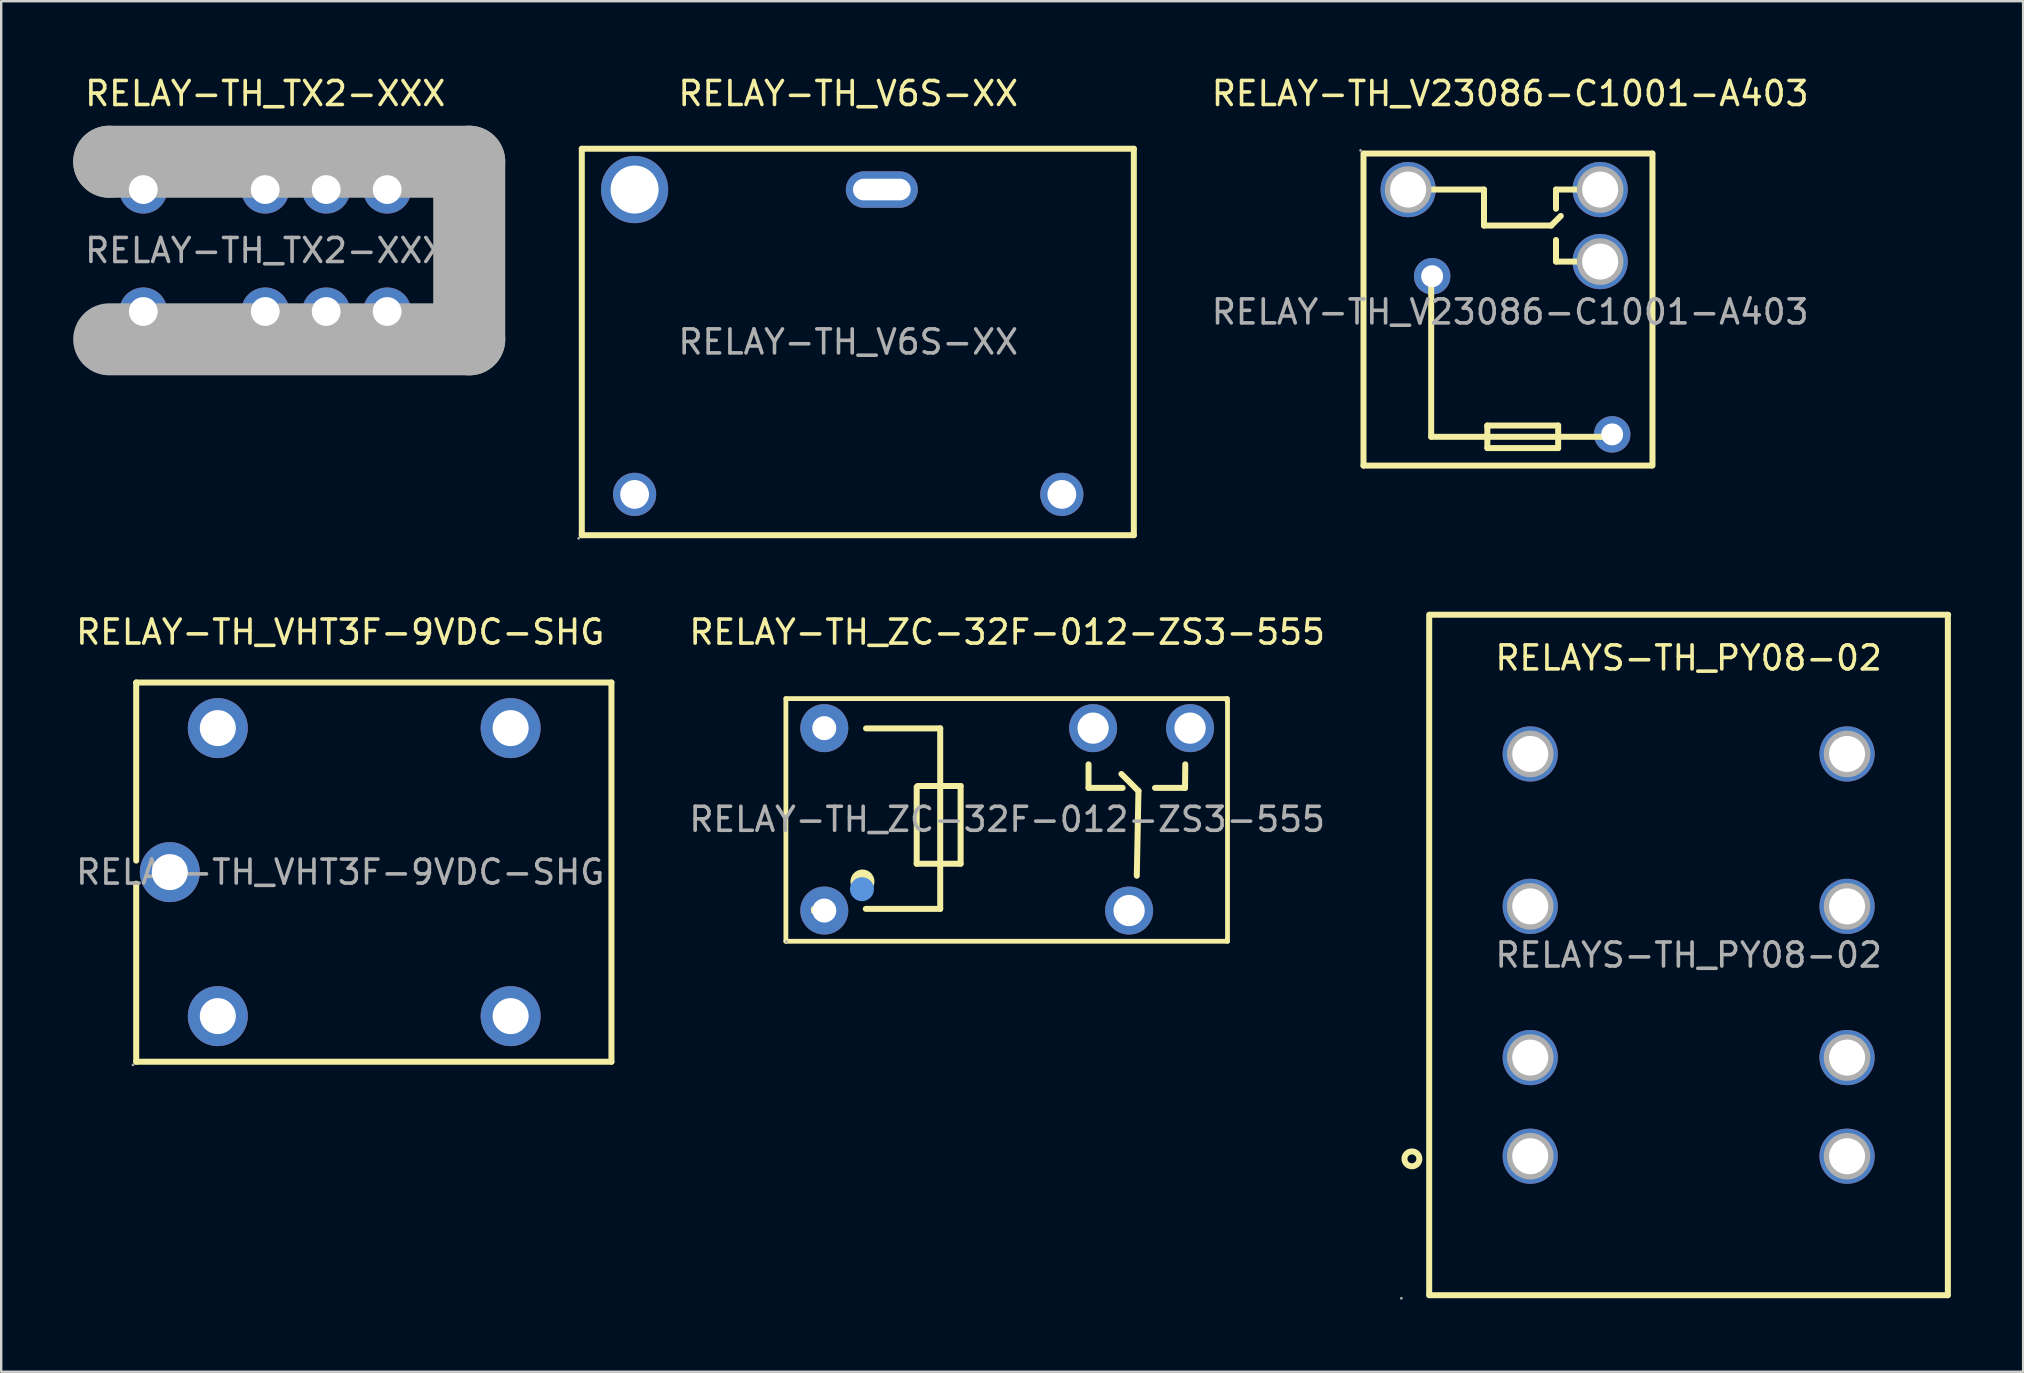
<source format=kicad_pcb>
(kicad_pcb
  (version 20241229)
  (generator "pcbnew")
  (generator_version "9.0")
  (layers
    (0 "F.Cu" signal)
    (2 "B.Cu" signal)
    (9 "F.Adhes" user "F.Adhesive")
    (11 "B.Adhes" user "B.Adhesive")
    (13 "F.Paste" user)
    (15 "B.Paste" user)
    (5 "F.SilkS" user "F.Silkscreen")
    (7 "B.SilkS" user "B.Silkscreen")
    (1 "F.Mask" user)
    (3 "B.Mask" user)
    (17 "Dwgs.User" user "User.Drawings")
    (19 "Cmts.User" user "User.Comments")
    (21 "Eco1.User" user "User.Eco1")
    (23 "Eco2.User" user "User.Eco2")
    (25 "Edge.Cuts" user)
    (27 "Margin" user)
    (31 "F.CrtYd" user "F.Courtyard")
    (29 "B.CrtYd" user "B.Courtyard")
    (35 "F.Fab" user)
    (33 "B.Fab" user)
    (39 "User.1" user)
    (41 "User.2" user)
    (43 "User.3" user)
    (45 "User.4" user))
  (footprint "RELAY-TH_V6S-XX"
    (layer "F.Cu")
    (at 32.29 11.198)
    (property "Reference" "RELAY-TH_V6S-XX" (at 0 -10.35 0) (layer "F.SilkS") (effects (font (size 1 1) (thickness 0.15))))
    (attr through_hole)
    (fp_line (start -11.1 8.05) (end -11.1 -8.05) (stroke (width 0.25) (type solid)) (layer "F.SilkS"))
    (fp_line (start -11.1 8.05) (end 11.9 8.05) (stroke (width 0.25) (type solid)) (layer "F.SilkS"))
    (fp_line (start 11.9 -8.05) (end -11.1 -8.05) (stroke (width 0.25) (type solid)) (layer "F.SilkS"))
    (fp_line (start 11.9 -8.05) (end 11.9 8.05) (stroke (width 0.25) (type solid)) (layer "F.SilkS"))
    (fp_circle (center -11.23 8.18) (end -11.2 8.18) (stroke (width 0.06) (type solid)) (fill no) (layer "F.Fab"))
    (fp_circle (center -8.9 -6.35) (end -8.45 -6.35) (stroke (width 0.9) (type solid)) (fill no) (layer "F.Fab"))
    (fp_circle (center -8.9 6.35) (end -8.65 6.35) (stroke (width 0.5) (type solid)) (fill no) (layer "F.Fab"))
    (fp_circle (center 8.9 6.35) (end 9.15 6.35) (stroke (width 0.5) (type solid)) (fill no) (layer "F.Fab"))
    (fp_text user "${REFERENCE}" (at 0 0 0) (layer "F.Fab") (effects (font (size 1 1) (thickness 0.15))))
    (pad "1" thru_hole circle (at -8.9 6.35) (size 1.8 1.8) (drill 1.2) (layers "*.Cu" "*.Paste" "*.Mask"))
    (pad "3" thru_hole circle (at 8.9 6.35) (size 1.8 1.8) (drill 1.2) (layers "*.Cu" "*.Paste" "*.Mask"))
    (pad "5" thru_hole oval (at 1.4 -6.35 90) (size 1.52 3) (drill oval 0.9 2.4) (layers "*.Cu" "*.Paste" "*.Mask"))
    (pad "6" thru_hole circle (at -8.9 -6.35) (size 2.8 2.8) (drill 2) (layers "*.Cu" "*.Paste" "*.Mask")))
  (footprint "RELAY-TH_ZC-32F-012-ZS3-555"
    (layer "F.Cu")
    (at 38.913 31.087)
    (property "Reference" "RELAY-TH_ZC-32F-012-ZS3-555" (at 0 -7.8 0) (layer "F.SilkS") (effects (font (size 1 1) (thickness 0.15))))
    (attr through_hole)
    (fp_line (start -9.22 -5.03) (end 9.17 -5.03) (stroke (width 0.2) (type solid)) (layer "F.SilkS"))
    (fp_line (start -9.22 5.08) (end -9.22 -5.03) (stroke (width 0.2) (type solid)) (layer "F.SilkS"))
    (fp_line (start -8.05 3.73) (end -8.05 3.83) (stroke (width 0.25) (type solid)) (layer "F.SilkS"))
    (fp_line (start -5.88 -3.79) (end -2.79 -3.79) (stroke (width 0.25) (type solid)) (layer "F.SilkS"))
    (fp_line (start -3.77 1.85) (end -3.77 -1.35) (stroke (width 0.25) (type solid)) (layer "F.SilkS"))
    (fp_line (start -3.73 -1.39) (end -1.94 -1.39) (stroke (width 0.25) (type solid)) (layer "F.SilkS"))
    (fp_line (start -2.79 -3.79) (end -2.79 3.73) (stroke (width 0.25) (type solid)) (layer "F.SilkS"))
    (fp_line (start -2.79 3.73) (end -5.89 3.73) (stroke (width 0.25) (type solid)) (layer "F.SilkS"))
    (fp_line (start -1.94 -1.39) (end -1.94 1.85) (stroke (width 0.25) (type solid)) (layer "F.SilkS"))
    (fp_line (start -1.94 1.85) (end -3.77 1.85) (stroke (width 0.25) (type solid)) (layer "F.SilkS"))
    (fp_line (start 3.39 -2.29) (end 3.39 -1.31) (stroke (width 0.25) (type solid)) (layer "F.SilkS"))
    (fp_line (start 3.39 -1.31) (end 4.81 -1.31) (stroke (width 0.25) (type solid)) (layer "F.SilkS"))
    (fp_line (start 5.4 2.35) (end 5.47 -1.18) (stroke (width 0.25) (type solid)) (layer "F.SilkS"))
    (fp_line (start 5.47 -1.18) (end 4.76 -1.89) (stroke (width 0.25) (type solid)) (layer "F.SilkS"))
    (fp_line (start 7.41 -1.31) (end 6.16 -1.31) (stroke (width 0.25) (type solid)) (layer "F.SilkS"))
    (fp_line (start 7.42 -2.29) (end 7.41 -1.31) (stroke (width 0.25) (type solid)) (layer "F.SilkS"))
    (fp_line (start 9.17 -5.03) (end 9.17 -4.92) (stroke (width 0.2) (type solid)) (layer "F.SilkS"))
    (fp_line (start 9.17 -4.92) (end 9.17 -4.91) (stroke (width 0.2) (type solid)) (layer "F.SilkS"))
    (fp_line (start 9.18 -4.92) (end 9.18 5.08) (stroke (width 0.2) (type solid)) (layer "F.SilkS"))
    (fp_line (start 9.18 5.08) (end -9.22 5.08) (stroke (width 0.2) (type solid)) (layer "F.SilkS"))
    (fp_circle (center -6.03 2.59) (end -5.78 2.59) (stroke (width 0.5) (type solid)) (fill no) (layer "F.SilkS"))
    (fp_circle (center -6.05 2.91) (end -5.8 2.91) (stroke (width 0.5) (type solid)) (fill no) (layer "Cmts.User"))
    (fp_circle (center -9.2 5.1) (end -9.17 5.1) (stroke (width 0.06) (type solid)) (fill no) (layer "F.Fab"))
    (fp_text user "${REFERENCE}" (at 0 0 0) (layer "F.Fab") (effects (font (size 1 1) (thickness 0.15))))
    (pad "1" thru_hole circle (at -7.62 3.8) (size 2 2) (drill 1) (layers "*.Cu" "*.Paste" "*.Mask"))
    (pad "2" thru_hole circle (at -7.62 -3.8) (size 2 2) (drill 1) (layers "*.Cu" "*.Paste" "*.Mask"))
    (pad "3" thru_hole circle (at 7.62 -3.8) (size 2 2) (drill 1.3) (layers "*.Cu" "*.Paste" "*.Mask"))
    (pad "4" thru_hole circle (at 5.08 3.8) (size 2 2) (drill 1.3) (layers "*.Cu" "*.Paste" "*.Mask"))
    (pad "5" thru_hole circle (at 3.58 -3.8) (size 2 2) (drill 1.3) (layers "*.Cu" "*.Paste" "*.Mask")))
  (footprint "RELAY-TH_V23086-C1001-A403"
    (layer "F.Cu")
    (at 59.869 9.948)
    (property "Reference" "RELAY-TH_V23086-C1001-A403" (at 0 -9.1 0) (layer "F.SilkS") (effects (font (size 1 1) (thickness 0.15))))
    (attr through_hole)
    (fp_line (start -6.11 6.4) (end -6.11 -6.6) (stroke (width 0.25) (type solid)) (layer "F.SilkS"))
    (fp_line (start -6.08 -6.6) (end 5.92 -6.6) (stroke (width 0.25) (type solid)) (layer "F.SilkS"))
    (fp_line (start -4.09 -5.1) (end -1.09 -5.1) (stroke (width 0.25) (type solid)) (layer "F.SilkS"))
    (fp_line (start -3.29 5.2) (end -3.29 -1.4) (stroke (width 0.25) (type solid)) (layer "F.SilkS"))
    (fp_line (start -1.09 -5.1) (end -1.09 -3.6) (stroke (width 0.25) (type solid)) (layer "F.SilkS"))
    (fp_line (start -1.09 -3.6) (end 1.71 -3.6) (stroke (width 0.25) (type solid)) (layer "F.SilkS"))
    (fp_line (start -0.95 4.73) (end -0.95 4.78) (stroke (width 0.25) (type solid)) (layer "F.SilkS"))
    (fp_line (start -0.95 4.78) (end -0.95 5.67) (stroke (width 0.25) (type solid)) (layer "F.SilkS"))
    (fp_line (start -0.95 5.67) (end 2 5.67) (stroke (width 0.25) (type solid)) (layer "F.SilkS"))
    (fp_line (start 1.71 -3.6) (end 2.11 -4) (stroke (width 0.25) (type solid)) (layer "F.SilkS"))
    (fp_line (start 1.91 -5.1) (end 1.91 -4.3) (stroke (width 0.25) (type solid)) (layer "F.SilkS"))
    (fp_line (start 1.91 -2.1) (end 1.91 -3) (stroke (width 0.25) (type solid)) (layer "F.SilkS"))
    (fp_line (start 2 4.73) (end -0.95 4.73) (stroke (width 0.25) (type solid)) (layer "F.SilkS"))
    (fp_line (start 2 5.67) (end 2 4.73) (stroke (width 0.25) (type solid)) (layer "F.SilkS"))
    (fp_line (start 3.31 -5.1) (end 1.91 -5.1) (stroke (width 0.25) (type solid)) (layer "F.SilkS"))
    (fp_line (start 3.41 -2.1) (end 1.91 -2.1) (stroke (width 0.25) (type solid)) (layer "F.SilkS"))
    (fp_line (start 3.81 5.2) (end -3.29 5.2) (stroke (width 0.25) (type solid)) (layer "F.SilkS"))
    (fp_line (start 3.81 5.2) (end 3.81 5.2) (stroke (width 0.25) (type solid)) (layer "F.SilkS"))
    (fp_line (start 5.89 6.4) (end -6.11 6.4) (stroke (width 0.25) (type solid)) (layer "F.SilkS"))
    (fp_line (start 5.93 -6.6) (end 5.93 6.4) (stroke (width 0.25) (type solid)) (layer "F.SilkS"))
    (fp_circle (center -6.23 -6.73) (end -6.2 -6.73) (stroke (width 0.06) (type solid)) (fill no) (layer "F.Fab"))
    (fp_circle (center -4.25 -5.1) (end -3.93 -5.1) (stroke (width 0.65) (type solid)) (fill no) (layer "F.Fab"))
    (fp_circle (center -3.25 -1.49) (end -3.07 -1.49) (stroke (width 0.36) (type solid)) (fill no) (layer "F.Fab"))
    (fp_circle (center 3.75 -5.1) (end 4.07 -5.1) (stroke (width 0.65) (type solid)) (fill no) (layer "F.Fab"))
    (fp_circle (center 3.75 -2.1) (end 4.07 -2.1) (stroke (width 0.65) (type solid)) (fill no) (layer "F.Fab"))
    (fp_circle (center 4.25 5.1) (end 4.43 5.1) (stroke (width 0.36) (type solid)) (fill no) (layer "F.Fab"))
    (fp_text user "${REFERENCE}" (at 0 0 0) (layer "F.Fab") (effects (font (size 1 1) (thickness 0.15))))
    (pad "1" thru_hole circle (at -3.25 -1.49) (size 1.52 1.52) (drill 0.914) (layers "*.Cu" "*.Paste" "*.Mask"))
    (pad "2" thru_hole circle (at 4.25 5.1) (size 1.52 1.52) (drill 0.914) (layers "*.Cu" "*.Paste" "*.Mask"))
    (pad "3" thru_hole circle (at 3.75 -5.1) (size 2.3 2.3) (drill 1.5) (layers "*.Cu" "*.Paste" "*.Mask"))
    (pad "4" thru_hole circle (at -4.25 -5.1) (size 2.3 2.3) (drill 1.5) (layers "*.Cu" "*.Paste" "*.Mask"))
    (pad "5" thru_hole circle (at 3.75 -2.1) (size 2.3 2.3) (drill 1.5) (layers "*.Cu" "*.Paste" "*.Mask")))
  (footprint "RELAY-TH_VHT3F-9VDC-SHG"
    (layer "F.Cu")
    (at 11.125 33.286)
    (property "Reference" "RELAY-TH_VHT3F-9VDC-SHG" (at 0 -10 0) (layer "F.SilkS") (effects (font (size 1 1) (thickness 0.15))))
    (attr through_hole)
    (fp_line (start -8.5 -7.9) (end -8.5 -0.48) (stroke (width 0.25) (type solid)) (layer "F.SilkS"))
    (fp_line (start -8.5 -7.9) (end 11.3 -7.9) (stroke (width 0.25) (type solid)) (layer "F.SilkS"))
    (fp_line (start -8.5 0.48) (end -8.5 7.9) (stroke (width 0.25) (type solid)) (layer "F.SilkS"))
    (fp_line (start -8.5 7.9) (end 11.3 7.9) (stroke (width 0.25) (type solid)) (layer "F.SilkS"))
    (fp_line (start 11.3 -7.9) (end 11.3 7.9) (stroke (width 0.25) (type solid)) (layer "F.SilkS"))
    (fp_circle (center -8.63 8.03) (end -8.6 8.03) (stroke (width 0.06) (type solid)) (fill no) (layer "F.Fab"))
    (fp_circle (center -7.1 0) (end -6.77 0) (stroke (width 0.65) (type solid)) (fill no) (layer "F.Fab"))
    (fp_circle (center -5.1 -6) (end -4.77 -6) (stroke (width 0.65) (type solid)) (fill no) (layer "F.Fab"))
    (fp_circle (center -5.1 6) (end -4.77 6) (stroke (width 0.65) (type solid)) (fill no) (layer "F.Fab"))
    (fp_circle (center 7.1 -6) (end 7.43 -6) (stroke (width 0.65) (type solid)) (fill no) (layer "F.Fab"))
    (fp_circle (center 7.1 6) (end 7.43 6) (stroke (width 0.65) (type solid)) (fill no) (layer "F.Fab"))
    (fp_text user "${REFERENCE}" (at 0 0 0) (layer "F.Fab") (effects (font (size 1 1) (thickness 0.15))))
    (pad "1" thru_hole circle (at -7.1 0) (size 2.5 2.5) (drill 1.5) (layers "*.Cu" "*.Paste" "*.Mask"))
    (pad "2" thru_hole circle (at -5.1 6) (size 2.5 2.5) (drill 1.5) (layers "*.Cu" "*.Paste" "*.Mask"))
    (pad "3" thru_hole circle (at 7.1 6) (size 2.5 2.5) (drill 1.5) (layers "*.Cu" "*.Paste" "*.Mask"))
    (pad "4" thru_hole circle (at 7.1 -6) (size 2.5 2.5) (drill 1.5) (layers "*.Cu" "*.Paste" "*.Mask"))
    (pad "5" thru_hole circle (at -5.1 -6) (size 2.5 2.5) (drill 1.5) (layers "*.Cu" "*.Paste" "*.Mask")))
  (footprint "RELAY-TH_TX2-XXX"
    (layer "F.Cu")
    (at 8 7.388)
    (property "Reference" "RELAY-TH_TX2-XXX" (at 0 -6.54 0) (layer "F.SilkS") (effects (font (size 1 1) (thickness 0.15))))
    (attr through_hole)
    (fp_circle (center -5.1 4.4) (end -4.82 4.4) (stroke (width 0.25) (type solid)) (fill no) (layer "F.SilkS"))
    (fp_line (start -6.5 -3.7) (end -6.5 -3.7) (stroke (width 3) (type solid)) (layer "F.Fab"))
    (fp_line (start -6.5 -3.7) (end 8.5 -3.7) (stroke (width 3) (type solid)) (layer "F.Fab"))
    (fp_line (start 8.5 -3.7) (end 8.5 3.7) (stroke (width 3) (type solid)) (layer "F.Fab"))
    (fp_line (start 8.5 3.7) (end -6.5 3.7) (stroke (width 3) (type solid)) (layer "F.Fab"))
    (fp_circle (center -6.63 4.81) (end -6.6 4.81) (stroke (width 0.06) (type solid)) (fill no) (layer "F.Fab"))
    (fp_circle (center -5.08 -2.54) (end -4.83 -2.54) (stroke (width 0.5) (type solid)) (fill no) (layer "F.Fab"))
    (fp_circle (center -5.08 2.54) (end -4.83 2.54) (stroke (width 0.5) (type solid)) (fill no) (layer "F.Fab"))
    (fp_circle (center 0 -2.54) (end 0.25 -2.54) (stroke (width 0.5) (type solid)) (fill no) (layer "F.Fab"))
    (fp_circle (center 0 2.54) (end 0.25 2.54) (stroke (width 0.5) (type solid)) (fill no) (layer "F.Fab"))
    (fp_circle (center 2.54 -2.54) (end 2.79 -2.54) (stroke (width 0.5) (type solid)) (fill no) (layer "F.Fab"))
    (fp_circle (center 2.54 2.54) (end 2.79 2.54) (stroke (width 0.5) (type solid)) (fill no) (layer "F.Fab"))
    (fp_circle (center 5.08 -2.54) (end 5.33 -2.54) (stroke (width 0.5) (type solid)) (fill no) (layer "F.Fab"))
    (fp_circle (center 5.08 2.54) (end 5.33 2.54) (stroke (width 0.5) (type solid)) (fill no) (layer "F.Fab"))
    (fp_text user "${REFERENCE}" (at 0 0 0) (layer "F.Fab") (effects (font (size 1 1) (thickness 0.15))))
    (pad "1" thru_hole circle (at -5.08 2.54) (size 2 2) (drill 1.2) (layers "*.Cu" "*.Paste" "*.Mask"))
    (pad "3" thru_hole circle (at 0 2.54) (size 2 2) (drill 1.2) (layers "*.Cu" "*.Paste" "*.Mask"))
    (pad "4" thru_hole circle (at 2.54 2.54) (size 2 2) (drill 1.2) (layers "*.Cu" "*.Paste" "*.Mask"))
    (pad "5" thru_hole circle (at 5.08 2.54) (size 2 2) (drill 1.2) (layers "*.Cu" "*.Paste" "*.Mask"))
    (pad "8" thru_hole circle (at 5.08 -2.54) (size 2 2) (drill 1.2) (layers "*.Cu" "*.Paste" "*.Mask"))
    (pad "9" thru_hole circle (at 2.54 -2.54) (size 2 2) (drill 1.2) (layers "*.Cu" "*.Paste" "*.Mask"))
    (pad "10" thru_hole circle (at 0 -2.54) (size 2 2) (drill 1.2) (layers "*.Cu" "*.Paste" "*.Mask"))
    (pad "12" thru_hole circle (at -5.08 -2.54) (size 2 2) (drill 1.2) (layers "*.Cu" "*.Paste" "*.Mask")))
  (footprint "RELAYS-TH_PY08-02"
    (layer "F.Cu")
    (at 67.306 36.743)
    (property "Reference" "RELAYS-TH_PY08-02" (at 0 -12.38 0) (layer "F.SilkS") (effects (font (size 1 1) (thickness 0.15))))
    (attr through_hole)
    (fp_line (start -10.81 14.17) (end -10.81 -14.18) (stroke (width 0.25) (type solid)) (layer "F.SilkS"))
    (fp_line (start 10.79 14.17) (end -10.8 14.17) (stroke (width 0.25) (type solid)) (layer "F.SilkS"))
    (fp_line (start 10.8 14.17) (end 10.8 -14.18) (stroke (width 0.25) (type solid)) (layer "F.SilkS"))
    (fp_line (start 10.81 -14.18) (end -10.78 -14.18) (stroke (width 0.25) (type solid)) (layer "F.SilkS"))
    (fp_circle (center -11.53 8.49) (end -11.22 8.49) (stroke (width 0.25) (type solid)) (fill no) (layer "F.SilkS"))
    (fp_circle (center -11.97 14.3) (end -11.94 14.3) (stroke (width 0.06) (type solid)) (fill no) (layer "F.Fab"))
    (fp_circle (center -6.6 -8.38) (end -6.28 -8.38) (stroke (width 0.65) (type solid)) (fill no) (layer "F.Fab"))
    (fp_circle (center -6.6 -2.03) (end -6.28 -2.03) (stroke (width 0.65) (type solid)) (fill no) (layer "F.Fab"))
    (fp_circle (center -6.6 4.27) (end -6.28 4.27) (stroke (width 0.65) (type solid)) (fill no) (layer "F.Fab"))
    (fp_circle (center -6.6 8.38) (end -6.28 8.38) (stroke (width 0.65) (type solid)) (fill no) (layer "F.Fab"))
    (fp_circle (center 6.6 -8.38) (end 6.92 -8.38) (stroke (width 0.65) (type solid)) (fill no) (layer "F.Fab"))
    (fp_circle (center 6.6 -2.03) (end 6.92 -2.03) (stroke (width 0.65) (type solid)) (fill no) (layer "F.Fab"))
    (fp_circle (center 6.6 4.27) (end 6.92 4.27) (stroke (width 0.65) (type solid)) (fill no) (layer "F.Fab"))
    (fp_circle (center 6.6 8.38) (end 6.92 8.38) (stroke (width 0.65) (type solid)) (fill no) (layer "F.Fab"))
    (fp_text user "${REFERENCE}" (at 0 0 0) (layer "F.Fab") (effects (font (size 1 1) (thickness 0.15))))
    (pad "1" thru_hole circle (at -6.6 8.38 180) (size 2.3 2.3) (drill 1.5) (layers "*.Cu" "*.Paste" "*.Mask"))
    (pad "4" thru_hole circle (at 6.6 8.38 180) (size 2.3 2.3) (drill 1.5) (layers "*.Cu" "*.Paste" "*.Mask"))
    (pad "5" thru_hole circle (at -6.6 4.27 180) (size 2.3 2.3) (drill 1.5) (layers "*.Cu" "*.Paste" "*.Mask"))
    (pad "8" thru_hole circle (at 6.6 4.27 180) (size 2.3 2.3) (drill 1.5) (layers "*.Cu" "*.Paste" "*.Mask"))
    (pad "9" thru_hole circle (at -6.6 -2.03 180) (size 2.3 2.3) (drill 1.5) (layers "*.Cu" "*.Paste" "*.Mask"))
    (pad "12" thru_hole circle (at 6.6 -2.03 180) (size 2.3 2.3) (drill 1.5) (layers "*.Cu" "*.Paste" "*.Mask"))
    (pad "13" thru_hole circle (at -6.6 -8.38 180) (size 2.3 2.3) (drill 1.5) (layers "*.Cu" "*.Paste" "*.Mask"))
    (pad "14" thru_hole circle (at 6.6 -8.38 180) (size 2.3 2.3) (drill 1.5) (layers "*.Cu" "*.Paste" "*.Mask")))
  (gr_rect
    (start -3 -3)
    (end 81.241 54.103)
    (stroke (width 0.1) (type default))
    (fill no)
    (layer "Edge.Cuts")))
</source>
